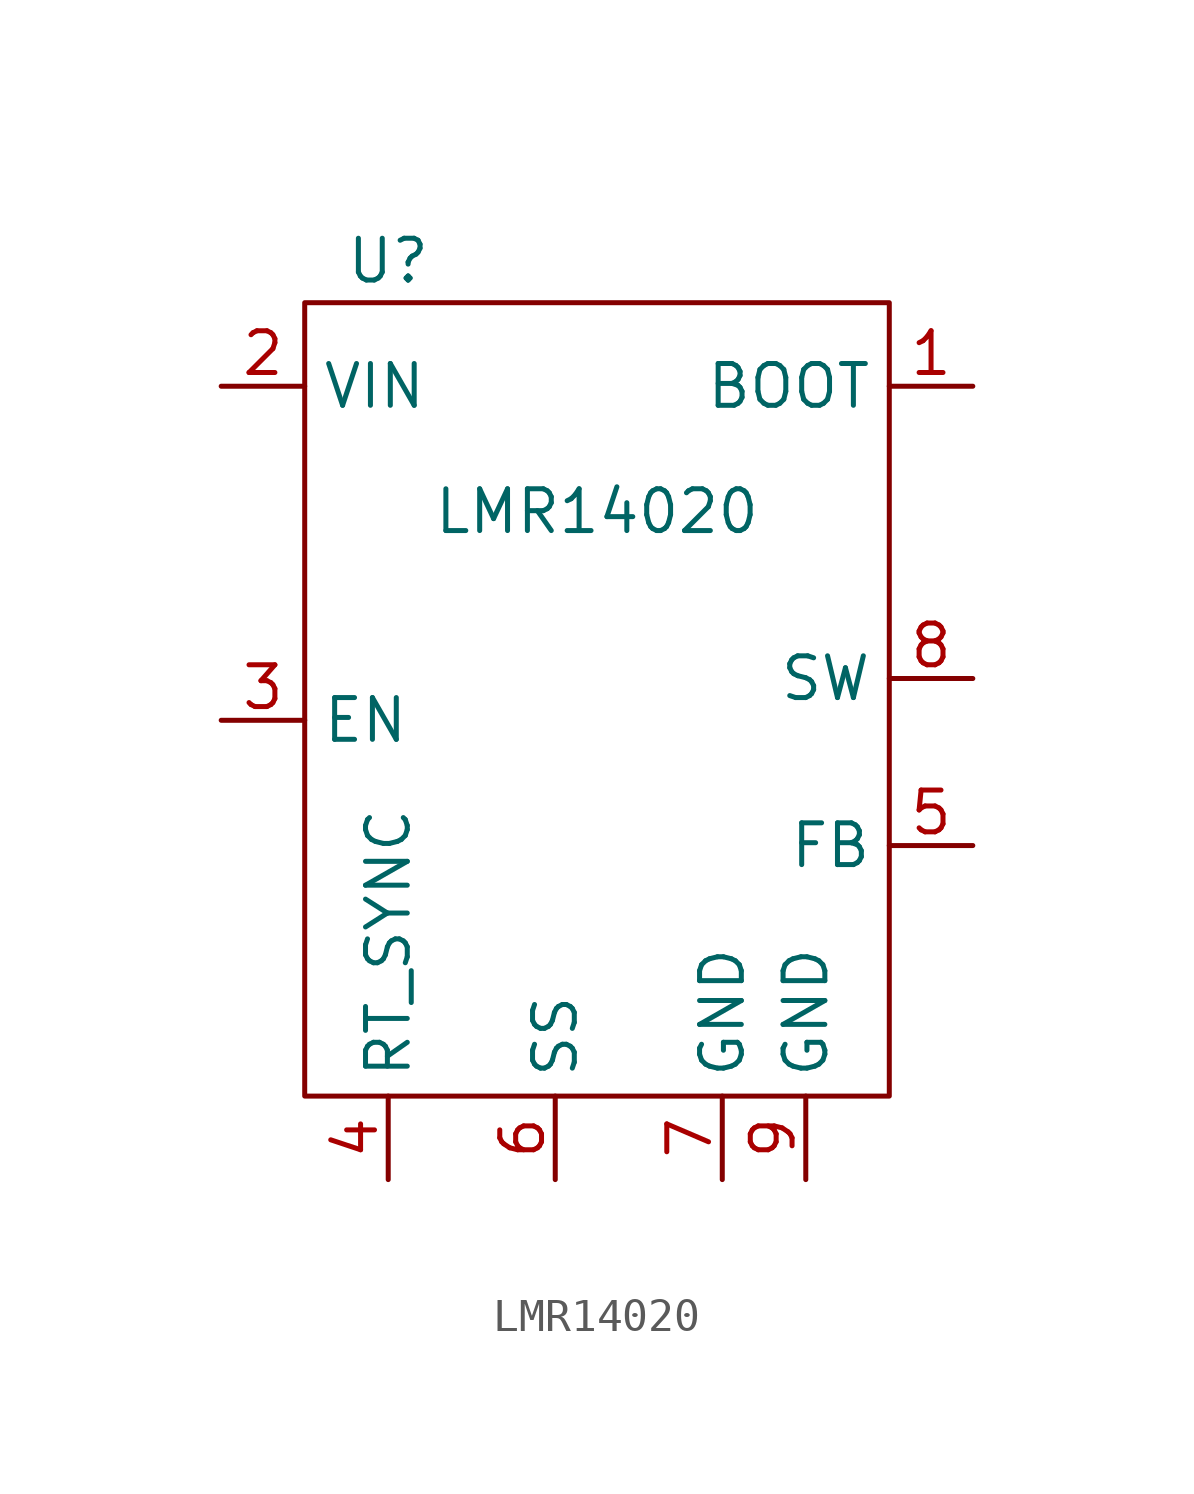
<source format=kicad_sym>
(kicad_symbol_lib
  (version 20201005)
  (generator kicad_symbol_editor)
  (symbol "lmr14020:LMR14020"
    (property "Reference" "U"
      (at -6.35 7.62 0)
      (effects (font (size 1.27 1.27))))
    (property "Value" "LMR14020"
      (at 0 0 0)
      (effects (font (size 1.27 1.27))))
    (symbol "LMR14020_0_1"
      (rectangle (start -8.89 6.35) (end 8.89 -17.78) (stroke (width 0.152)) (fill (type none))))
    (symbol "LMR14020_1_1"
      (pin bidirectional line (at 11.43 3.81 180) (length 2.54) (name "BOOT" (effects (font (size 1.27 1.27)))) (number "1" (effects (font (size 1.27 1.27)))))
      (pin power_in line (at -11.43 3.81 0) (length 2.54) (name "VIN" (effects (font (size 1.27 1.27)))) (number "2" (effects (font (size 1.27 1.27)))))
      (pin input line (at -11.43 -6.35 0) (length 2.54) (name "EN" (effects (font (size 1.27 1.27)))) (number "3" (effects (font (size 1.27 1.27)))))
      (pin input line (at -6.35 -20.32 90) (length 2.54) (name "RT_SYNC" (effects (font (size 1.27 1.27)))) (number "4" (effects (font (size 1.27 1.27)))))
      (pin input line (at 11.43 -10.16 180) (length 2.54) (name "FB" (effects (font (size 1.27 1.27)))) (number "5" (effects (font (size 1.27 1.27)))))
      (pin output line (at -1.27 -20.32 90) (length 2.54) (name "SS" (effects (font (size 1.27 1.27)))) (number "6" (effects (font (size 1.27 1.27)))))
      (pin power_in line (at 3.81 -20.32 90) (length 2.54) (name "GND" (effects (font (size 1.27 1.27)))) (number "7" (effects (font (size 1.27 1.27)))))
      (pin power_out line (at 11.43 -5.08 180) (length 2.54) (name "SW" (effects (font (size 1.27 1.27)))) (number "8" (effects (font (size 1.27 1.27)))))
      (pin power_in line (at 6.35 -20.32 90) (length 2.54) (name "GND" (effects (font (size 1.27 1.27)))) (number "9" (effects (font (size 1.27 1.27))))))))
</source>
